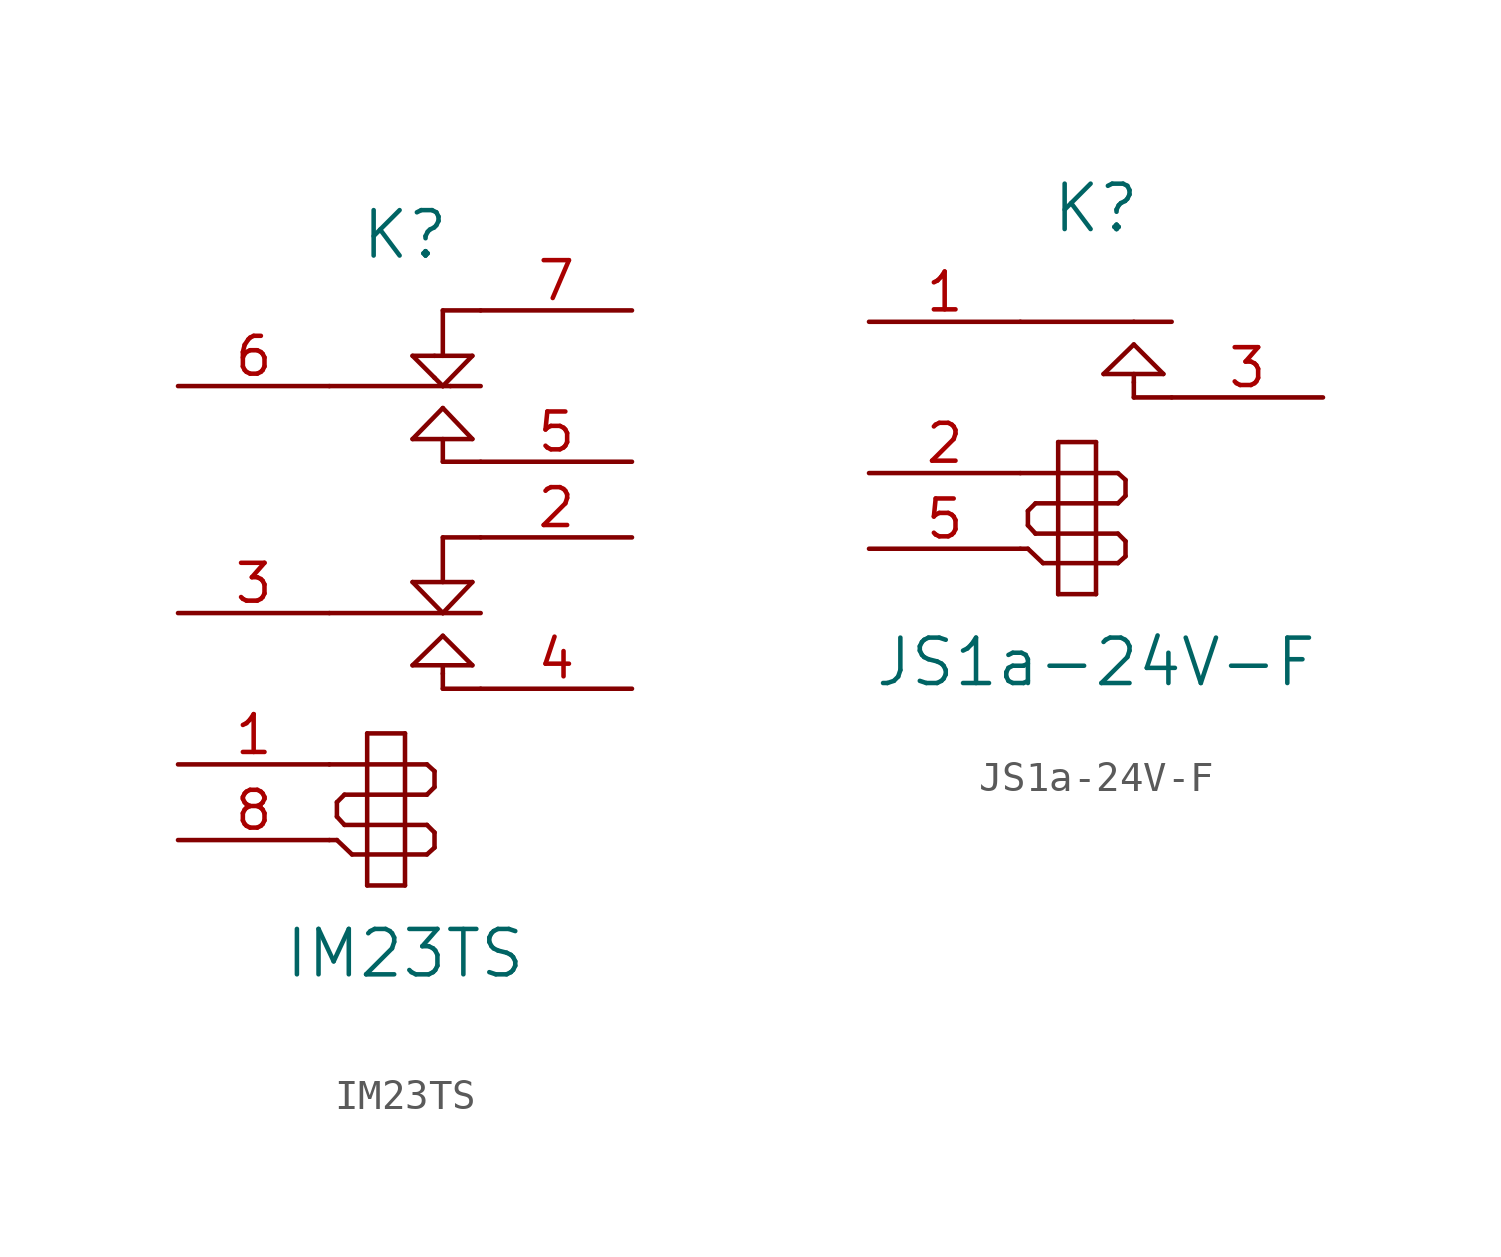
<source format=kicad_sym>
(kicad_symbol_lib
  (version 20201005)
  (generator kicad_symbol_editor)
  (symbol "IM23TS"
    (pin_names
      (offset 1.016) hide)
    (property "Reference" "K"
      (at 0 11.43 0)
      (effects (font (size 1.524 1.524))))
    (property "Value" "IM23TS"
      (at 0 -12.7 0)
      (effects (font (size 1.524 1.524))))
    (symbol "IM23TS_0_1"
      (polyline (pts (xy -2.54 -8.89) (xy -2.286 -8.89)) (stroke (width 0)) (fill (type none)))
      (polyline (pts (xy -2.54 -6.35) (xy -1.27 -6.35)) (stroke (width 0)) (fill (type none)))
      (polyline (pts (xy -2.54 -1.27) (xy 1.27 -1.27)) (stroke (width 0)) (fill (type none)))
      (polyline (pts (xy -2.286 -8.89) (xy -1.778 -9.373)) (stroke (width 0)) (fill (type none)))
      (polyline (pts (xy -2.286 -8.103) (xy -2.286 -7.62)) (stroke (width 0)) (fill (type none)))
      (polyline (pts (xy -2.032 -8.382) (xy -2.286 -8.103)) (stroke (width 0)) (fill (type none)))
      (polyline (pts (xy -2.032 -7.366) (xy -2.286 -7.62)) (stroke (width 0)) (fill (type none)))
      (polyline (pts (xy -1.778 -9.373) (xy -1.27 -9.373)) (stroke (width 0)) (fill (type none)))
      (polyline (pts (xy -1.27 -10.414) (xy -1.27 -5.309)) (stroke (width 0)) (fill (type none)))
      (polyline (pts (xy -1.27 -8.382) (xy -2.032 -8.382)) (stroke (width 0)) (fill (type none)))
      (polyline (pts (xy -1.27 -8.382) (xy 0 -8.382)) (stroke (width 0)) (fill (type none)))
      (polyline (pts (xy -1.27 -7.366) (xy -2.032 -7.366)) (stroke (width 0)) (fill (type none)))
      (polyline (pts (xy -1.27 -6.35) (xy 0 -6.35)) (stroke (width 0)) (fill (type none)))
      (polyline (pts (xy -1.27 -5.309) (xy 0 -5.309)) (stroke (width 0)) (fill (type none)))
      (polyline (pts (xy 0 -10.414) (xy -1.27 -10.414)) (stroke (width 0)) (fill (type none)))
      (polyline (pts (xy 0 -9.373) (xy -1.27 -9.373)) (stroke (width 0)) (fill (type none)))
      (polyline (pts (xy 0 -9.373) (xy 0.737 -9.373)) (stroke (width 0)) (fill (type none)))
      (polyline (pts (xy 0 -8.382) (xy 0.737 -8.382)) (stroke (width 0)) (fill (type none)))
      (polyline (pts (xy 0 -7.366) (xy -1.27 -7.366)) (stroke (width 0)) (fill (type none)))
      (polyline (pts (xy 0 -7.366) (xy 0.737 -7.366)) (stroke (width 0)) (fill (type none)))
      (polyline (pts (xy 0 -6.35) (xy 0.737 -6.35)) (stroke (width 0)) (fill (type none)))
      (polyline (pts (xy 0 -5.309) (xy 0 -10.414)) (stroke (width 0)) (fill (type none)))
      (polyline (pts (xy 0.254 -3.023) (xy 2.261 -3.023)) (stroke (width 0)) (fill (type none)))
      (polyline (pts (xy 0.254 -0.229) (xy 2.261 -0.229)) (stroke (width 0)) (fill (type none)))
      (polyline (pts (xy 0.254 4.572) (xy 1.27 5.613)) (stroke (width 0)) (fill (type none)))
      (polyline (pts (xy 0.254 7.366) (xy 0.991 7.366)) (stroke (width 0)) (fill (type none)))
      (polyline (pts (xy 0.737 -9.373) (xy 0.991 -9.144)) (stroke (width 0)) (fill (type none)))
      (polyline (pts (xy 0.737 -8.382) (xy 0.991 -8.636)) (stroke (width 0)) (fill (type none)))
      (polyline (pts (xy 0.737 -7.366) (xy 0.991 -7.112)) (stroke (width 0)) (fill (type none)))
      (polyline (pts (xy 0.737 -6.35) (xy 0.991 -6.579)) (stroke (width 0)) (fill (type none)))
      (polyline (pts (xy 0.991 -9.144) (xy 0.991 -8.636)) (stroke (width 0)) (fill (type none)))
      (polyline (pts (xy 0.991 -6.579) (xy 0.991 -7.112)) (stroke (width 0)) (fill (type none)))
      (polyline (pts (xy 0.991 6.629) (xy 0.254 7.366)) (stroke (width 0)) (fill (type none)))
      (polyline (pts (xy 0.991 6.629) (xy 1.27 6.35)) (stroke (width 0)) (fill (type none)))
      (polyline (pts (xy 0.991 7.366) (xy 2.261 7.366)) (stroke (width 0)) (fill (type none)))
      (polyline (pts (xy 1.27 -3.81) (xy 1.27 -3.302)) (stroke (width 0)) (fill (type none)))
      (polyline (pts (xy 1.27 -3.302) (xy 1.27 -3.023)) (stroke (width 0)) (fill (type none)))
      (polyline (pts (xy 1.27 -2.032) (xy 0.254 -3.023)) (stroke (width 0)) (fill (type none)))
      (polyline (pts (xy 1.27 -1.27) (xy 0.254 -0.229)) (stroke (width 0)) (fill (type none)))
      (polyline (pts (xy 1.27 -1.27) (xy 2.54 -1.27)) (stroke (width 0)) (fill (type none)))
      (polyline (pts (xy 1.27 1.27) (xy 1.27 -0.229)) (stroke (width 0)) (fill (type none)))
      (polyline (pts (xy 1.27 1.27) (xy 2.54 1.27)) (stroke (width 0)) (fill (type none)))
      (polyline (pts (xy 1.27 3.81) (xy 1.27 4.572)) (stroke (width 0)) (fill (type none)))
      (polyline (pts (xy 1.27 3.81) (xy 2.54 3.81)) (stroke (width 0)) (fill (type none)))
      (polyline (pts (xy 1.27 5.613) (xy 2.261 4.572)) (stroke (width 0)) (fill (type none)))
      (polyline (pts (xy 1.27 6.35) (xy -2.54 6.35)) (stroke (width 0)) (fill (type none)))
      (polyline (pts (xy 1.27 6.35) (xy 1.524 6.35)) (stroke (width 0)) (fill (type none)))
      (polyline (pts (xy 1.27 8.89) (xy 1.27 7.366)) (stroke (width 0)) (fill (type none)))
      (polyline (pts (xy 1.27 8.89) (xy 2.54 8.89)) (stroke (width 0)) (fill (type none)))
      (polyline (pts (xy 1.524 6.35) (xy 2.54 6.35)) (stroke (width 0)) (fill (type none)))
      (polyline (pts (xy 2.261 -3.023) (xy 1.27 -2.032)) (stroke (width 0)) (fill (type none)))
      (polyline (pts (xy 2.261 -0.229) (xy 1.27 -1.27)) (stroke (width 0)) (fill (type none)))
      (polyline (pts (xy 2.261 4.572) (xy 0.254 4.572)) (stroke (width 0)) (fill (type none)))
      (polyline (pts (xy 2.261 7.366) (xy 1.27 6.35)) (stroke (width 0)) (fill (type none)))
      (polyline (pts (xy 2.54 -3.81) (xy 1.27 -3.81)) (stroke (width 0)) (fill (type none))))
    (symbol "IM23TS_1_1"
      (pin input line (at -7.62 -6.35 0) (length 5.08) (name "1" (effects (font (size 1.27 1.27)))) (number "1" (effects (font (size 1.27 1.27)))))
      (pin passive line (at 7.62 1.27 180) (length 5.08) (name "NC1" (effects (font (size 1.27 1.27)))) (number "2" (effects (font (size 1.27 1.27)))))
      (pin passive line (at -7.62 -1.27 0) (length 5.08) (name "C1" (effects (font (size 1.27 1.27)))) (number "3" (effects (font (size 1.27 1.27)))))
      (pin passive line (at 7.62 -3.81 180) (length 5.08) (name "NO1" (effects (font (size 1.27 1.27)))) (number "4" (effects (font (size 1.27 1.27)))))
      (pin passive line (at 7.62 3.81 180) (length 5.08) (name "NO2" (effects (font (size 1.27 1.27)))) (number "5" (effects (font (size 1.27 1.27)))))
      (pin passive line (at -7.62 6.35 0) (length 5.08) (name "C2" (effects (font (size 1.27 1.27)))) (number "6" (effects (font (size 1.27 1.27)))))
      (pin passive line (at 7.62 8.89 180) (length 5.08) (name "NC2" (effects (font (size 1.27 1.27)))) (number "7" (effects (font (size 1.27 1.27)))))
      (pin input line (at -7.62 -8.89 0) (length 5.08) (name "8" (effects (font (size 1.27 1.27)))) (number "8" (effects (font (size 1.27 1.27)))))))
  (symbol "JS1a-24V-F"
    (pin_names
      (offset 1.016) hide)
    (property "Reference" "K"
      (at 0 7.62 0)
      (effects (font (size 1.524 1.524))))
    (property "Value" "JS1a-24V-F"
      (at 0 -7.62 0)
      (effects (font (size 1.524 1.524))))
    (property "Footprint" ""
      (at 0 5.08 0)
      (effects (font (size 1.27 1.27))))
    (symbol "JS1a-24V-F_0_1"
      (polyline (pts (xy -2.54 -3.81) (xy -2.286 -3.81)) (stroke (width 0)) (fill (type none)))
      (polyline (pts (xy -2.54 -1.27) (xy -1.27 -1.27)) (stroke (width 0)) (fill (type none)))
      (polyline (pts (xy -2.54 3.81) (xy 1.27 3.81)) (stroke (width 0)) (fill (type none)))
      (polyline (pts (xy -2.286 -3.81) (xy -1.778 -4.293)) (stroke (width 0)) (fill (type none)))
      (polyline (pts (xy -2.286 -3.023) (xy -2.286 -2.54)) (stroke (width 0)) (fill (type none)))
      (polyline (pts (xy -2.032 -3.302) (xy -2.286 -3.023)) (stroke (width 0)) (fill (type none)))
      (polyline (pts (xy -2.032 -2.286) (xy -2.286 -2.54)) (stroke (width 0)) (fill (type none)))
      (polyline (pts (xy -1.778 -4.293) (xy -1.27 -4.293)) (stroke (width 0)) (fill (type none)))
      (polyline (pts (xy -1.27 -5.334) (xy -1.27 -0.229)) (stroke (width 0)) (fill (type none)))
      (polyline (pts (xy -1.27 -3.302) (xy -2.032 -3.302)) (stroke (width 0)) (fill (type none)))
      (polyline (pts (xy -1.27 -3.302) (xy 0 -3.302)) (stroke (width 0)) (fill (type none)))
      (polyline (pts (xy -1.27 -2.286) (xy -2.032 -2.286)) (stroke (width 0)) (fill (type none)))
      (polyline (pts (xy -1.27 -1.27) (xy 0 -1.27)) (stroke (width 0)) (fill (type none)))
      (polyline (pts (xy -1.27 -0.229) (xy 0 -0.229)) (stroke (width 0)) (fill (type none)))
      (polyline (pts (xy 0 -5.334) (xy -1.27 -5.334)) (stroke (width 0)) (fill (type none)))
      (polyline (pts (xy 0 -4.293) (xy -1.27 -4.293)) (stroke (width 0)) (fill (type none)))
      (polyline (pts (xy 0 -4.293) (xy 0.737 -4.293)) (stroke (width 0)) (fill (type none)))
      (polyline (pts (xy 0 -3.302) (xy 0.737 -3.302)) (stroke (width 0)) (fill (type none)))
      (polyline (pts (xy 0 -2.286) (xy -1.27 -2.286)) (stroke (width 0)) (fill (type none)))
      (polyline (pts (xy 0 -2.286) (xy 0.737 -2.286)) (stroke (width 0)) (fill (type none)))
      (polyline (pts (xy 0 -1.27) (xy 0.737 -1.27)) (stroke (width 0)) (fill (type none)))
      (polyline (pts (xy 0 -0.229) (xy 0 -5.334)) (stroke (width 0)) (fill (type none)))
      (polyline (pts (xy 0.254 2.057) (xy 2.261 2.057)) (stroke (width 0)) (fill (type none)))
      (polyline (pts (xy 0.737 -4.293) (xy 0.991 -4.064)) (stroke (width 0)) (fill (type none)))
      (polyline (pts (xy 0.737 -3.302) (xy 0.991 -3.556)) (stroke (width 0)) (fill (type none)))
      (polyline (pts (xy 0.737 -2.286) (xy 0.991 -2.032)) (stroke (width 0)) (fill (type none)))
      (polyline (pts (xy 0.737 -1.27) (xy 0.991 -1.499)) (stroke (width 0)) (fill (type none)))
      (polyline (pts (xy 0.991 -4.064) (xy 0.991 -3.556)) (stroke (width 0)) (fill (type none)))
      (polyline (pts (xy 0.991 -1.499) (xy 0.991 -2.032)) (stroke (width 0)) (fill (type none)))
      (polyline (pts (xy 1.27 1.27) (xy 1.27 1.778)) (stroke (width 0)) (fill (type none)))
      (polyline (pts (xy 1.27 1.778) (xy 1.27 2.057)) (stroke (width 0)) (fill (type none)))
      (polyline (pts (xy 1.27 3.048) (xy 0.254 2.057)) (stroke (width 0)) (fill (type none)))
      (polyline (pts (xy 1.27 3.81) (xy 2.54 3.81)) (stroke (width 0)) (fill (type none)))
      (polyline (pts (xy 2.261 2.057) (xy 1.27 3.048)) (stroke (width 0)) (fill (type none)))
      (polyline (pts (xy 2.54 1.27) (xy 1.27 1.27)) (stroke (width 0)) (fill (type none))))
    (symbol "JS1a-24V-F_1_1"
      (pin passive line (at -7.62 3.81 0) (length 5.08) (name "COM" (effects (font (size 1.27 1.27)))) (number "1" (effects (font (size 1.27 1.27)))))
      (pin input line (at -7.62 -1.27 0) (length 5.08) (name "2" (effects (font (size 1.27 1.27)))) (number "2" (effects (font (size 1.27 1.27)))))
      (pin passive line (at 7.62 1.27 180) (length 5.08) (name "NO" (effects (font (size 1.27 1.27)))) (number "3" (effects (font (size 1.27 1.27)))))
      (pin input line (at -7.62 -3.81 0) (length 5.08) (name "5" (effects (font (size 1.27 1.27)))) (number "5" (effects (font (size 1.27 1.27))))))))
</source>
